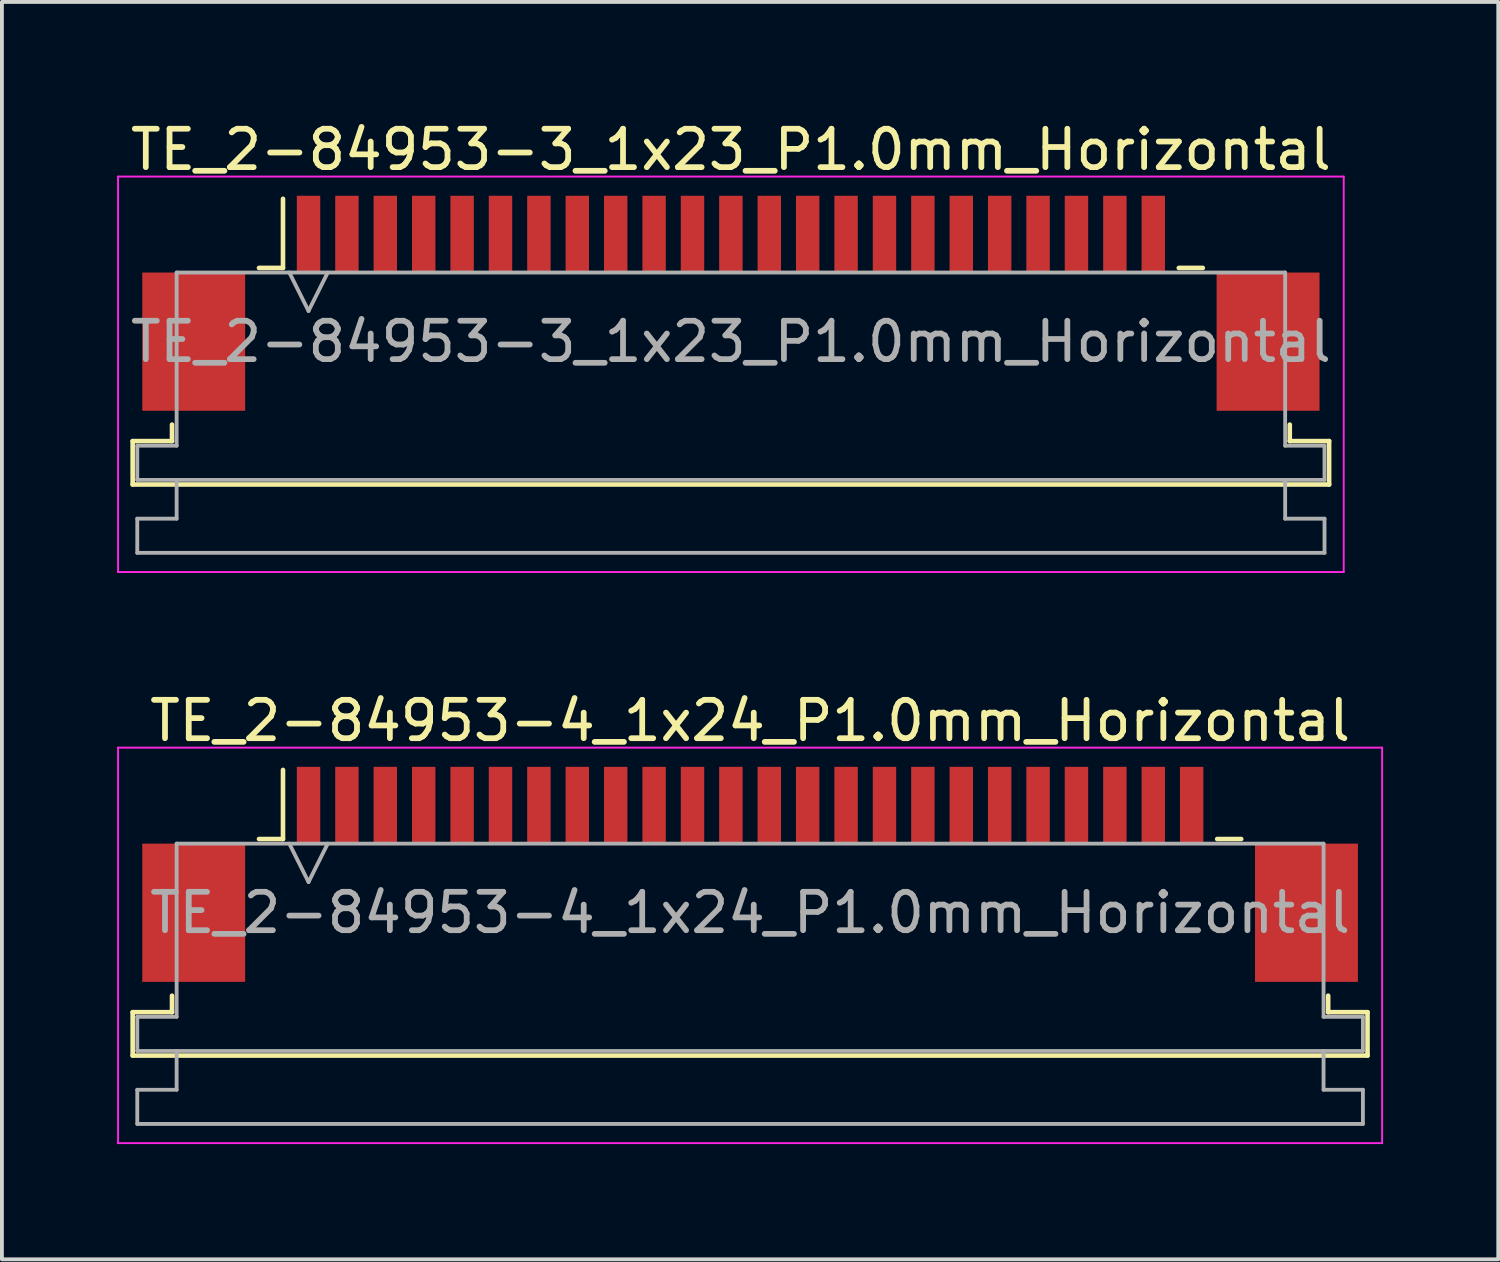
<source format=kicad_pcb>
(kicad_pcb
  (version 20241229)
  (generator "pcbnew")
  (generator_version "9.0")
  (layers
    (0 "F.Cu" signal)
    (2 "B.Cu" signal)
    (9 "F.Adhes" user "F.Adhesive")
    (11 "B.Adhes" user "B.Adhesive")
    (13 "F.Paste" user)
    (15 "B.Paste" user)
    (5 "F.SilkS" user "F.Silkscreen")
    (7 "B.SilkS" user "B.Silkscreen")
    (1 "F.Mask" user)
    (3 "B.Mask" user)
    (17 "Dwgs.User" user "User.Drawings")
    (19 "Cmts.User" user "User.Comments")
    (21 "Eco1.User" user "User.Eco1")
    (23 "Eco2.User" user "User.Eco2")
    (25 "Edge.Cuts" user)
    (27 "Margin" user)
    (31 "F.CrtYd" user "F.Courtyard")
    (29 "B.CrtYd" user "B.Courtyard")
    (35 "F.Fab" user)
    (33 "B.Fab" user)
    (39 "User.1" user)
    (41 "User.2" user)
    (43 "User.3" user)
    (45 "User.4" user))
  (footprint "TE_2-84953-3_1x23_P1.0mm_Horizontal"
    (layer "F.Cu")
    (at 15.985 4.848)
    (property "Reference" "TE_2-84953-3_1x23_P1.0mm_Horizontal" (at 0 -4 0) (layer "F.SilkS") (effects (font (size 1 1) (thickness 0.15))))
    (attr smd)
    (fp_line (start -15.58 3.59) (end -14.555 3.59) (stroke (width 0.12) (type solid)) (layer "F.SilkS"))
    (fp_line (start -15.58 4.72) (end -15.58 3.59) (stroke (width 0.12) (type solid)) (layer "F.SilkS"))
    (fp_line (start -14.555 3.59) (end -14.555 3.16) (stroke (width 0.12) (type solid)) (layer "F.SilkS"))
    (fp_line (start -12.29 -0.92) (end -11.665 -0.92) (stroke (width 0.12) (type solid)) (layer "F.SilkS"))
    (fp_line (start -11.665 -0.92) (end -11.665 -2.72) (stroke (width 0.12) (type solid)) (layer "F.SilkS"))
    (fp_line (start 11.665 -0.92) (end 12.29 -0.92) (stroke (width 0.12) (type solid)) (layer "F.SilkS"))
    (fp_line (start 14.555 3.16) (end 14.555 3.59) (stroke (width 0.12) (type solid)) (layer "F.SilkS"))
    (fp_line (start 14.555 3.59) (end 15.58 3.59) (stroke (width 0.12) (type solid)) (layer "F.SilkS"))
    (fp_line (start 15.58 3.59) (end 15.58 4.72) (stroke (width 0.12) (type solid)) (layer "F.SilkS"))
    (fp_line (start 15.58 4.72) (end -15.58 4.72) (stroke (width 0.12) (type solid)) (layer "F.SilkS"))
    (fp_line (start -15.96 -3.3) (end -15.96 7) (stroke (width 0.05) (type solid)) (layer "F.CrtYd"))
    (fp_line (start -15.96 7) (end 15.96 7) (stroke (width 0.05) (type solid)) (layer "F.CrtYd"))
    (fp_line (start 15.96 -3.3) (end -15.96 -3.3) (stroke (width 0.05) (type solid)) (layer "F.CrtYd"))
    (fp_line (start 15.96 7) (end 15.96 -3.3) (stroke (width 0.05) (type solid)) (layer "F.CrtYd"))
    (fp_line (start -15.46 3.71) (end -14.435 3.71) (stroke (width 0.1) (type solid)) (layer "F.Fab"))
    (fp_line (start -15.46 4.6) (end -15.46 3.71) (stroke (width 0.1) (type solid)) (layer "F.Fab"))
    (fp_line (start -15.46 5.61) (end -14.435 5.61) (stroke (width 0.1) (type solid)) (layer "F.Fab"))
    (fp_line (start -15.46 6.5) (end -15.46 5.61) (stroke (width 0.1) (type solid)) (layer "F.Fab"))
    (fp_line (start -14.435 -0.8) (end 14.435 -0.8) (stroke (width 0.1) (type solid)) (layer "F.Fab"))
    (fp_line (start -14.435 3.71) (end -14.435 -0.8) (stroke (width 0.1) (type solid)) (layer "F.Fab"))
    (fp_line (start -14.435 5.61) (end -14.435 4.6) (stroke (width 0.1) (type solid)) (layer "F.Fab"))
    (fp_line (start -11.5 -0.8) (end -11 0.2) (stroke (width 0.1) (type solid)) (layer "F.Fab"))
    (fp_line (start -11 0.2) (end -10.5 -0.8) (stroke (width 0.1) (type solid)) (layer "F.Fab"))
    (fp_line (start 14.435 -0.8) (end 14.435 3.71) (stroke (width 0.1) (type solid)) (layer "F.Fab"))
    (fp_line (start 14.435 3.71) (end 15.46 3.71) (stroke (width 0.1) (type solid)) (layer "F.Fab"))
    (fp_line (start 14.435 4.6) (end 14.435 5.61) (stroke (width 0.1) (type solid)) (layer "F.Fab"))
    (fp_line (start 14.435 5.61) (end 15.46 5.61) (stroke (width 0.1) (type solid)) (layer "F.Fab"))
    (fp_line (start 15.46 3.71) (end 15.46 4.6) (stroke (width 0.1) (type solid)) (layer "F.Fab"))
    (fp_line (start 15.46 4.6) (end -15.46 4.6) (stroke (width 0.1) (type solid)) (layer "F.Fab"))
    (fp_line (start 15.46 5.61) (end 15.46 6.5) (stroke (width 0.1) (type solid)) (layer "F.Fab"))
    (fp_line (start 15.46 6.5) (end -15.46 6.5) (stroke (width 0.1) (type solid)) (layer "F.Fab"))
    (fp_text user "${REFERENCE}" (at 0 1 0) (layer "F.Fab") (effects (font (size 1 1) (thickness 0.15))))
    (pad "" smd rect (at -13.99 1) (size 2.68 3.6) (layers "F.Cu" "F.Mask" "F.Paste"))
    (pad "" smd rect (at 13.99 1) (size 2.68 3.6) (layers "F.Cu" "F.Mask" "F.Paste"))
    (pad "1" smd rect (at -11 -1.8) (size 0.61 2) (layers "F.Cu" "F.Mask" "F.Paste"))
    (pad "2" smd rect (at -10 -1.8) (size 0.61 2) (layers "F.Cu" "F.Mask" "F.Paste"))
    (pad "3" smd rect (at -9 -1.8) (size 0.61 2) (layers "F.Cu" "F.Mask" "F.Paste"))
    (pad "4" smd rect (at -8 -1.8) (size 0.61 2) (layers "F.Cu" "F.Mask" "F.Paste"))
    (pad "5" smd rect (at -7 -1.8) (size 0.61 2) (layers "F.Cu" "F.Mask" "F.Paste"))
    (pad "6" smd rect (at -6 -1.8) (size 0.61 2) (layers "F.Cu" "F.Mask" "F.Paste"))
    (pad "7" smd rect (at -5 -1.8) (size 0.61 2) (layers "F.Cu" "F.Mask" "F.Paste"))
    (pad "8" smd rect (at -4 -1.8) (size 0.61 2) (layers "F.Cu" "F.Mask" "F.Paste"))
    (pad "9" smd rect (at -3 -1.8) (size 0.61 2) (layers "F.Cu" "F.Mask" "F.Paste"))
    (pad "10" smd rect (at -2 -1.8) (size 0.61 2) (layers "F.Cu" "F.Mask" "F.Paste"))
    (pad "11" smd rect (at -1 -1.8) (size 0.61 2) (layers "F.Cu" "F.Mask" "F.Paste"))
    (pad "12" smd rect (at 0 -1.8) (size 0.61 2) (layers "F.Cu" "F.Mask" "F.Paste"))
    (pad "13" smd rect (at 1 -1.8) (size 0.61 2) (layers "F.Cu" "F.Mask" "F.Paste"))
    (pad "14" smd rect (at 2 -1.8) (size 0.61 2) (layers "F.Cu" "F.Mask" "F.Paste"))
    (pad "15" smd rect (at 3 -1.8) (size 0.61 2) (layers "F.Cu" "F.Mask" "F.Paste"))
    (pad "16" smd rect (at 4 -1.8) (size 0.61 2) (layers "F.Cu" "F.Mask" "F.Paste"))
    (pad "17" smd rect (at 5 -1.8) (size 0.61 2) (layers "F.Cu" "F.Mask" "F.Paste"))
    (pad "18" smd rect (at 6 -1.8) (size 0.61 2) (layers "F.Cu" "F.Mask" "F.Paste"))
    (pad "19" smd rect (at 7 -1.8) (size 0.61 2) (layers "F.Cu" "F.Mask" "F.Paste"))
    (pad "20" smd rect (at 8 -1.8) (size 0.61 2) (layers "F.Cu" "F.Mask" "F.Paste"))
    (pad "21" smd rect (at 9 -1.8) (size 0.61 2) (layers "F.Cu" "F.Mask" "F.Paste"))
    (pad "22" smd rect (at 10 -1.8) (size 0.61 2) (layers "F.Cu" "F.Mask" "F.Paste"))
    (pad "23" smd rect (at 11 -1.8) (size 0.61 2) (layers "F.Cu" "F.Mask" "F.Paste")))
  (footprint "TE_2-84953-4_1x24_P1.0mm_Horizontal"
    (layer "F.Cu")
    (at 16.485 19.721)
    (property "Reference" "TE_2-84953-4_1x24_P1.0mm_Horizontal" (at 0 -4 0) (layer "F.SilkS") (effects (font (size 1 1) (thickness 0.15))))
    (attr smd)
    (fp_line (start -16.08 3.59) (end -15.055 3.59) (stroke (width 0.12) (type solid)) (layer "F.SilkS"))
    (fp_line (start -16.08 4.72) (end -16.08 3.59) (stroke (width 0.12) (type solid)) (layer "F.SilkS"))
    (fp_line (start -15.055 3.59) (end -15.055 3.16) (stroke (width 0.12) (type solid)) (layer "F.SilkS"))
    (fp_line (start -12.79 -0.92) (end -12.165 -0.92) (stroke (width 0.12) (type solid)) (layer "F.SilkS"))
    (fp_line (start -12.165 -0.92) (end -12.165 -2.72) (stroke (width 0.12) (type solid)) (layer "F.SilkS"))
    (fp_line (start 12.165 -0.92) (end 12.79 -0.92) (stroke (width 0.12) (type solid)) (layer "F.SilkS"))
    (fp_line (start 15.055 3.16) (end 15.055 3.59) (stroke (width 0.12) (type solid)) (layer "F.SilkS"))
    (fp_line (start 15.055 3.59) (end 16.08 3.59) (stroke (width 0.12) (type solid)) (layer "F.SilkS"))
    (fp_line (start 16.08 3.59) (end 16.08 4.72) (stroke (width 0.12) (type solid)) (layer "F.SilkS"))
    (fp_line (start 16.08 4.72) (end -16.08 4.72) (stroke (width 0.12) (type solid)) (layer "F.SilkS"))
    (fp_line (start -16.46 -3.3) (end -16.46 7) (stroke (width 0.05) (type solid)) (layer "F.CrtYd"))
    (fp_line (start -16.46 7) (end 16.46 7) (stroke (width 0.05) (type solid)) (layer "F.CrtYd"))
    (fp_line (start 16.46 -3.3) (end -16.46 -3.3) (stroke (width 0.05) (type solid)) (layer "F.CrtYd"))
    (fp_line (start 16.46 7) (end 16.46 -3.3) (stroke (width 0.05) (type solid)) (layer "F.CrtYd"))
    (fp_line (start -15.96 3.71) (end -14.935 3.71) (stroke (width 0.1) (type solid)) (layer "F.Fab"))
    (fp_line (start -15.96 4.6) (end -15.96 3.71) (stroke (width 0.1) (type solid)) (layer "F.Fab"))
    (fp_line (start -15.96 5.61) (end -14.935 5.61) (stroke (width 0.1) (type solid)) (layer "F.Fab"))
    (fp_line (start -15.96 6.5) (end -15.96 5.61) (stroke (width 0.1) (type solid)) (layer "F.Fab"))
    (fp_line (start -14.935 -0.8) (end 14.935 -0.8) (stroke (width 0.1) (type solid)) (layer "F.Fab"))
    (fp_line (start -14.935 3.71) (end -14.935 -0.8) (stroke (width 0.1) (type solid)) (layer "F.Fab"))
    (fp_line (start -14.935 5.61) (end -14.935 4.6) (stroke (width 0.1) (type solid)) (layer "F.Fab"))
    (fp_line (start -12 -0.8) (end -11.5 0.2) (stroke (width 0.1) (type solid)) (layer "F.Fab"))
    (fp_line (start -11.5 0.2) (end -11 -0.8) (stroke (width 0.1) (type solid)) (layer "F.Fab"))
    (fp_line (start 14.935 -0.8) (end 14.935 3.71) (stroke (width 0.1) (type solid)) (layer "F.Fab"))
    (fp_line (start 14.935 3.71) (end 15.96 3.71) (stroke (width 0.1) (type solid)) (layer "F.Fab"))
    (fp_line (start 14.935 4.6) (end 14.935 5.61) (stroke (width 0.1) (type solid)) (layer "F.Fab"))
    (fp_line (start 14.935 5.61) (end 15.96 5.61) (stroke (width 0.1) (type solid)) (layer "F.Fab"))
    (fp_line (start 15.96 3.71) (end 15.96 4.6) (stroke (width 0.1) (type solid)) (layer "F.Fab"))
    (fp_line (start 15.96 4.6) (end -15.96 4.6) (stroke (width 0.1) (type solid)) (layer "F.Fab"))
    (fp_line (start 15.96 5.61) (end 15.96 6.5) (stroke (width 0.1) (type solid)) (layer "F.Fab"))
    (fp_line (start 15.96 6.5) (end -15.96 6.5) (stroke (width 0.1) (type solid)) (layer "F.Fab"))
    (fp_text user "${REFERENCE}" (at 0 1 0) (layer "F.Fab") (effects (font (size 1 1) (thickness 0.15))))
    (pad "" smd rect (at -14.49 1) (size 2.68 3.6) (layers "F.Cu" "F.Mask" "F.Paste"))
    (pad "" smd rect (at 14.49 1) (size 2.68 3.6) (layers "F.Cu" "F.Mask" "F.Paste"))
    (pad "1" smd rect (at -11.5 -1.8) (size 0.61 2) (layers "F.Cu" "F.Mask" "F.Paste"))
    (pad "2" smd rect (at -10.5 -1.8) (size 0.61 2) (layers "F.Cu" "F.Mask" "F.Paste"))
    (pad "3" smd rect (at -9.5 -1.8) (size 0.61 2) (layers "F.Cu" "F.Mask" "F.Paste"))
    (pad "4" smd rect (at -8.5 -1.8) (size 0.61 2) (layers "F.Cu" "F.Mask" "F.Paste"))
    (pad "5" smd rect (at -7.5 -1.8) (size 0.61 2) (layers "F.Cu" "F.Mask" "F.Paste"))
    (pad "6" smd rect (at -6.5 -1.8) (size 0.61 2) (layers "F.Cu" "F.Mask" "F.Paste"))
    (pad "7" smd rect (at -5.5 -1.8) (size 0.61 2) (layers "F.Cu" "F.Mask" "F.Paste"))
    (pad "8" smd rect (at -4.5 -1.8) (size 0.61 2) (layers "F.Cu" "F.Mask" "F.Paste"))
    (pad "9" smd rect (at -3.5 -1.8) (size 0.61 2) (layers "F.Cu" "F.Mask" "F.Paste"))
    (pad "10" smd rect (at -2.5 -1.8) (size 0.61 2) (layers "F.Cu" "F.Mask" "F.Paste"))
    (pad "11" smd rect (at -1.5 -1.8) (size 0.61 2) (layers "F.Cu" "F.Mask" "F.Paste"))
    (pad "12" smd rect (at -0.5 -1.8) (size 0.61 2) (layers "F.Cu" "F.Mask" "F.Paste"))
    (pad "13" smd rect (at 0.5 -1.8) (size 0.61 2) (layers "F.Cu" "F.Mask" "F.Paste"))
    (pad "14" smd rect (at 1.5 -1.8) (size 0.61 2) (layers "F.Cu" "F.Mask" "F.Paste"))
    (pad "15" smd rect (at 2.5 -1.8) (size 0.61 2) (layers "F.Cu" "F.Mask" "F.Paste"))
    (pad "16" smd rect (at 3.5 -1.8) (size 0.61 2) (layers "F.Cu" "F.Mask" "F.Paste"))
    (pad "17" smd rect (at 4.5 -1.8) (size 0.61 2) (layers "F.Cu" "F.Mask" "F.Paste"))
    (pad "18" smd rect (at 5.5 -1.8) (size 0.61 2) (layers "F.Cu" "F.Mask" "F.Paste"))
    (pad "19" smd rect (at 6.5 -1.8) (size 0.61 2) (layers "F.Cu" "F.Mask" "F.Paste"))
    (pad "20" smd rect (at 7.5 -1.8) (size 0.61 2) (layers "F.Cu" "F.Mask" "F.Paste"))
    (pad "21" smd rect (at 8.5 -1.8) (size 0.61 2) (layers "F.Cu" "F.Mask" "F.Paste"))
    (pad "22" smd rect (at 9.5 -1.8) (size 0.61 2) (layers "F.Cu" "F.Mask" "F.Paste"))
    (pad "23" smd rect (at 10.5 -1.8) (size 0.61 2) (layers "F.Cu" "F.Mask" "F.Paste"))
    (pad "24" smd rect (at 11.5 -1.8) (size 0.61 2) (layers "F.Cu" "F.Mask" "F.Paste")))
  (gr_rect
    (start -3 -3)
    (end 35.97 29.747)
    (stroke (width 0.1) (type default))
    (fill no)
    (layer "Edge.Cuts")))
</source>
